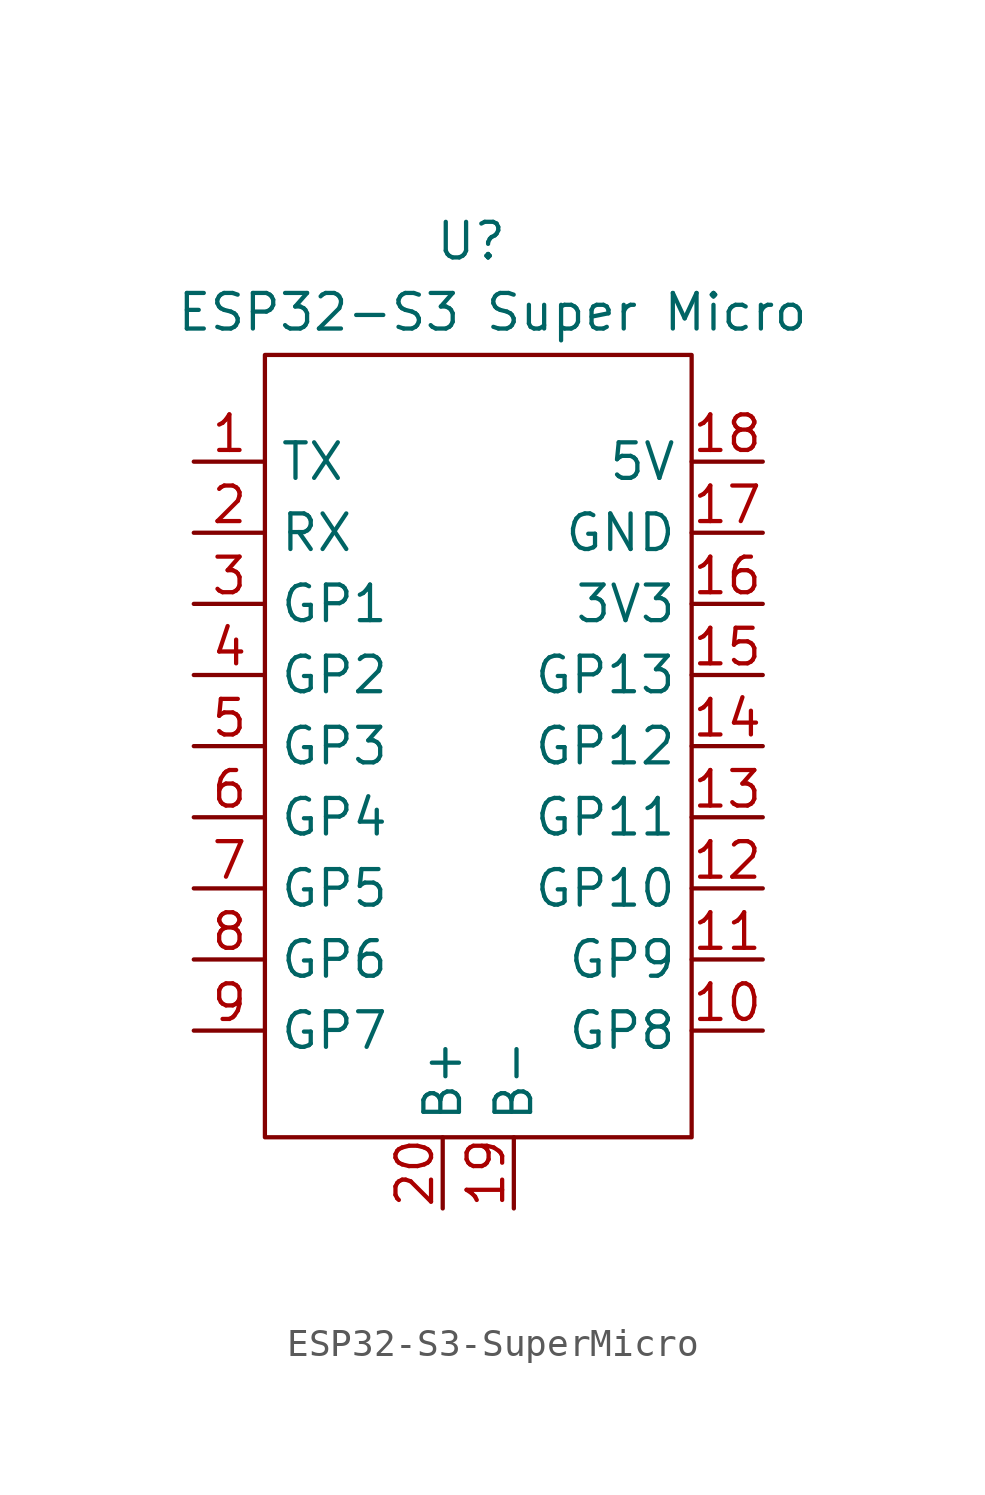
<source format=kicad_sym>
(kicad_symbol_lib
  (version 20241209)
  (generator "kicad_symbol_editor")
  (generator_version "9.0")
  (symbol "ESP32-S3-SuperMicro"
    (property "Reference" "U"
      (at 9.906 4.064 0)
      (effects (font (size 1.27 1.27))))
    (property "Value" "ESP32-S3 Super Micro"
      (at 10.668 1.524 0)
      (effects (font (size 1.27 1.27))))
    (symbol "ESP32-S3-SuperMicro_0_1"
      (rectangle (start 2.54 0) (end 17.78 -27.94) (stroke (width 0) (type default)) (fill (type none))))
    (symbol "ESP32-S3-SuperMicro_1_1"
      (pin output line (at 0 -3.81 0) (length 2.54) (name "TX" (effects (font (size 1.27 1.27)))) (number "1" (effects (font (size 1.27 1.27)))))
      (pin input line (at 0 -6.35 0) (length 2.54) (name "RX" (effects (font (size 1.27 1.27)))) (number "2" (effects (font (size 1.27 1.27)))))
      (pin bidirectional line (at 0 -8.89 0) (length 2.54) (name "GP1" (effects (font (size 1.27 1.27)))) (number "3" (effects (font (size 1.27 1.27)))))
      (pin bidirectional line (at 0 -11.43 0) (length 2.54) (name "GP2" (effects (font (size 1.27 1.27)))) (number "4" (effects (font (size 1.27 1.27)))))
      (pin bidirectional line (at 0 -13.97 0) (length 2.54) (name "GP3" (effects (font (size 1.27 1.27)))) (number "5" (effects (font (size 1.27 1.27)))))
      (pin bidirectional line (at 0 -16.51 0) (length 2.54) (name "GP4" (effects (font (size 1.27 1.27)))) (number "6" (effects (font (size 1.27 1.27)))))
      (pin bidirectional line (at 0 -19.05 0) (length 2.54) (name "GP5" (effects (font (size 1.27 1.27)))) (number "7" (effects (font (size 1.27 1.27)))))
      (pin bidirectional line (at 0 -21.59 0) (length 2.54) (name "GP6" (effects (font (size 1.27 1.27)))) (number "8" (effects (font (size 1.27 1.27)))))
      (pin bidirectional line (at 0 -24.13 0) (length 2.54) (name "GP7" (effects (font (size 1.27 1.27)))) (number "9" (effects (font (size 1.27 1.27)))))
      (pin power_in line (at 8.89 -30.48 90) (length 2.54) (name "B+" (effects (font (size 1.27 1.27)))) (number "20" (effects (font (size 1.27 1.27)))))
      (pin power_in line (at 11.43 -30.48 90) (length 2.54) (name "B-" (effects (font (size 1.27 1.27)))) (number "19" (effects (font (size 1.27 1.27)))))
      (pin power_in line (at 20.32 -3.81 180) (length 2.54) (name "5V" (effects (font (size 1.27 1.27)))) (number "18" (effects (font (size 1.27 1.27)))))
      (pin power_in line (at 20.32 -6.35 180) (length 2.54) (name "GND" (effects (font (size 1.27 1.27)))) (number "17" (effects (font (size 1.27 1.27)))))
      (pin power_out line (at 20.32 -8.89 180) (length 2.54) (name "3V3" (effects (font (size 1.27 1.27)))) (number "16" (effects (font (size 1.27 1.27)))))
      (pin bidirectional line (at 20.32 -11.43 180) (length 2.54) (name "GP13" (effects (font (size 1.27 1.27)))) (number "15" (effects (font (size 1.27 1.27)))))
      (pin bidirectional line (at 20.32 -13.97 180) (length 2.54) (name "GP12" (effects (font (size 1.27 1.27)))) (number "14" (effects (font (size 1.27 1.27)))))
      (pin bidirectional line (at 20.32 -16.51 180) (length 2.54) (name "GP11" (effects (font (size 1.27 1.27)))) (number "13" (effects (font (size 1.27 1.27)))))
      (pin bidirectional line (at 20.32 -19.05 180) (length 2.54) (name "GP10" (effects (font (size 1.27 1.27)))) (number "12" (effects (font (size 1.27 1.27)))))
      (pin bidirectional line (at 20.32 -21.59 180) (length 2.54) (name "GP9" (effects (font (size 1.27 1.27)))) (number "11" (effects (font (size 1.27 1.27)))))
      (pin bidirectional line (at 20.32 -24.13 180) (length 2.54) (name "GP8" (effects (font (size 1.27 1.27)))) (number "10" (effects (font (size 1.27 1.27))))))))
</source>
